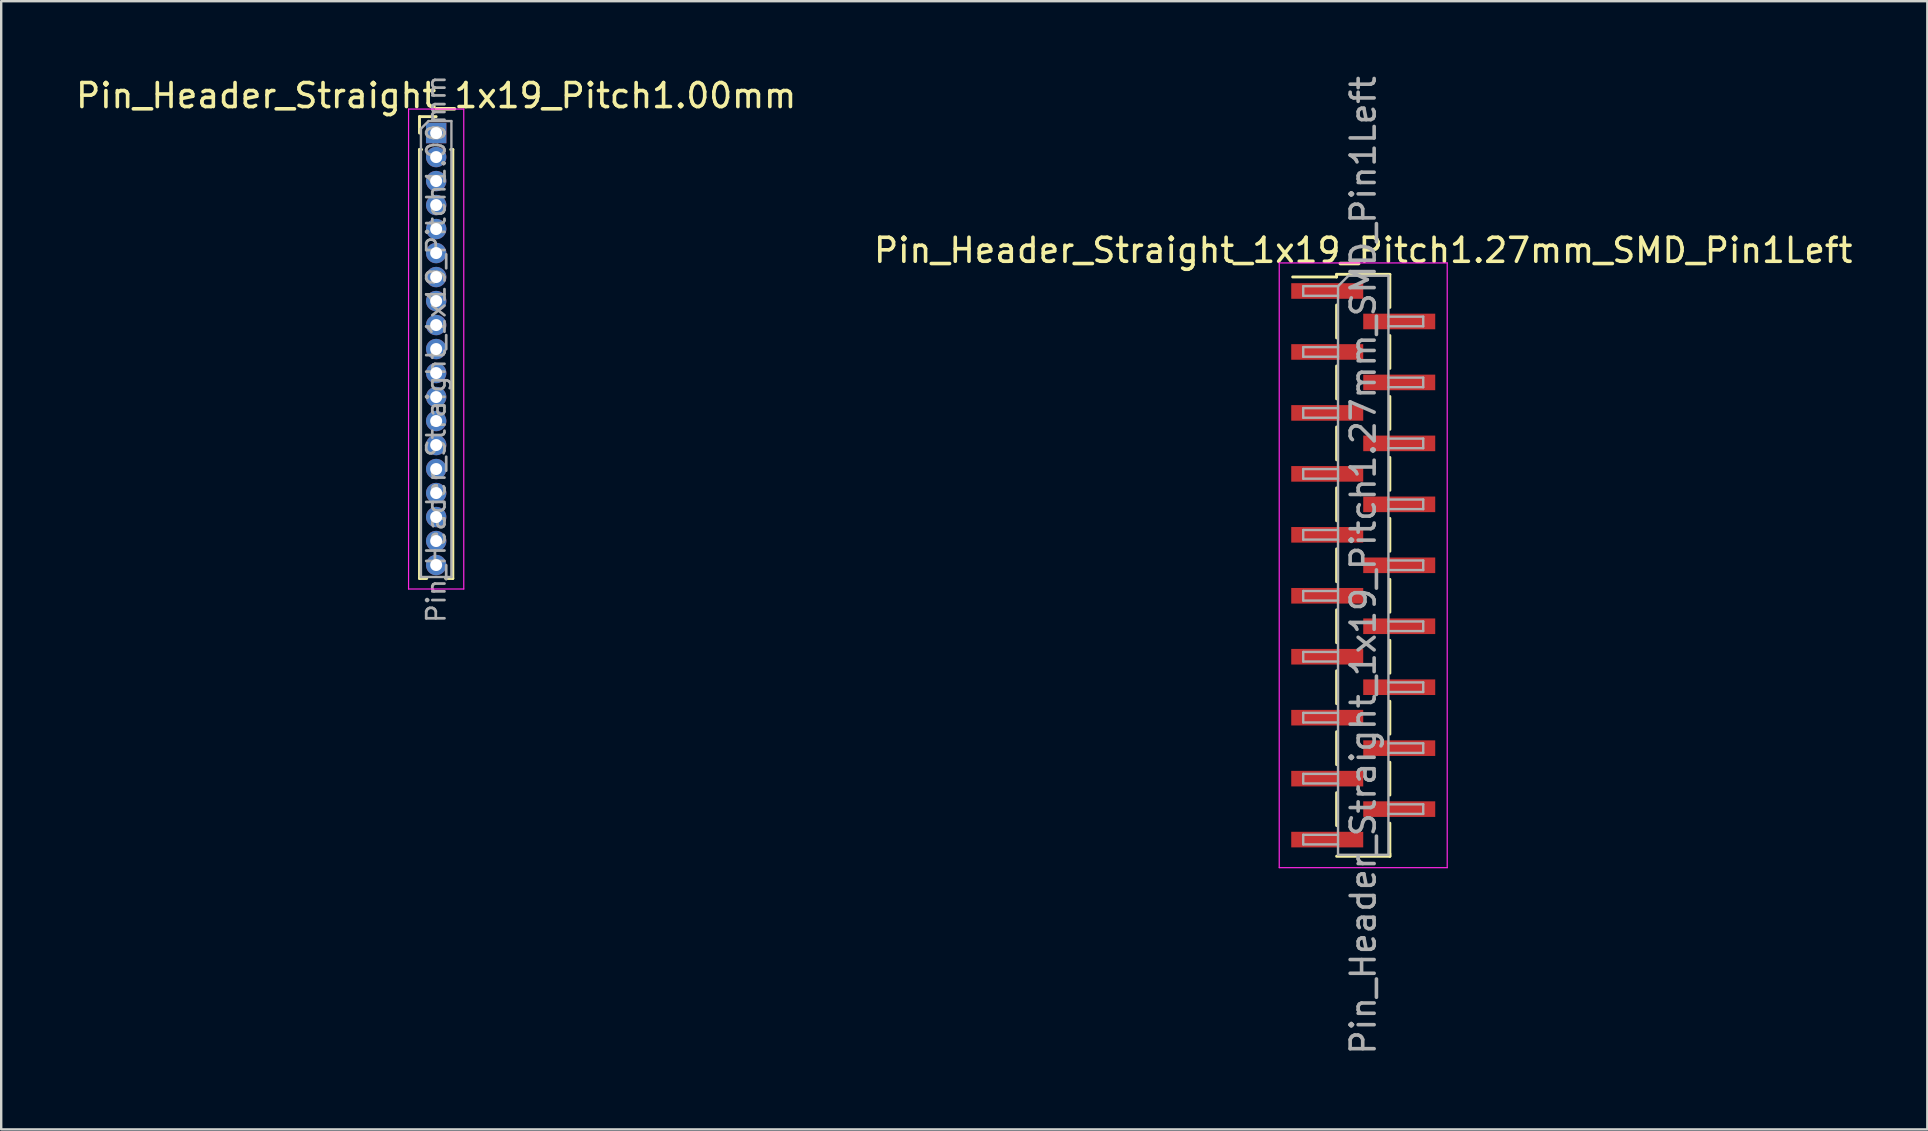
<source format=kicad_pcb>
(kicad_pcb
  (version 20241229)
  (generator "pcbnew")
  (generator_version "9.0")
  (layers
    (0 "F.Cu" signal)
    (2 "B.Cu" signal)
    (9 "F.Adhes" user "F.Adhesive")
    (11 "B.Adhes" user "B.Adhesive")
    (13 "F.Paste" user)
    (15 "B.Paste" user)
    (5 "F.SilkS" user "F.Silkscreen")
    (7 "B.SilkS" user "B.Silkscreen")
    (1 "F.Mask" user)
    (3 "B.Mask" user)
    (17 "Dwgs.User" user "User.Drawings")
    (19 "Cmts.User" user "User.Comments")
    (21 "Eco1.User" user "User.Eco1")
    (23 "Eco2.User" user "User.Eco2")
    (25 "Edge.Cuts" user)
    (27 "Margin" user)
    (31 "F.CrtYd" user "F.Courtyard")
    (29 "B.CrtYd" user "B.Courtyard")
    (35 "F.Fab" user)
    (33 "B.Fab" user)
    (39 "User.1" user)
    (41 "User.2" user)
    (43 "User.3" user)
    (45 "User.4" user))
  (footprint "Pin_Header_Straight_1x19_Pitch1.00mm"
    (layer "F.Cu")
    (at 15.125 2.495)
    (property "Reference" "Pin_Header_Straight_1x19_Pitch1.00mm" (at 0 -1.56 0) (layer "F.SilkS") (effects (font (size 1 1) (thickness 0.15))))
    (attr through_hole)
    (fp_line (start -0.695 -0.685) (end 0 -0.685) (stroke (width 0.12) (type solid)) (layer "F.SilkS"))
    (fp_line (start -0.695 0) (end -0.695 -0.685) (stroke (width 0.12) (type solid)) (layer "F.SilkS"))
    (fp_line (start -0.695 0.685) (end -0.695 18.56) (stroke (width 0.12) (type solid)) (layer "F.SilkS"))
    (fp_line (start -0.695 0.685) (end -0.608 0.685) (stroke (width 0.12) (type solid)) (layer "F.SilkS"))
    (fp_line (start -0.695 18.56) (end -0.394 18.56) (stroke (width 0.12) (type solid)) (layer "F.SilkS"))
    (fp_line (start 0.394 18.56) (end 0.695 18.56) (stroke (width 0.12) (type solid)) (layer "F.SilkS"))
    (fp_line (start 0.608 0.685) (end 0.695 0.685) (stroke (width 0.12) (type solid)) (layer "F.SilkS"))
    (fp_line (start 0.695 0.685) (end 0.695 18.56) (stroke (width 0.12) (type solid)) (layer "F.SilkS"))
    (fp_line (start -1.15 -1) (end -1.15 19) (stroke (width 0.05) (type solid)) (layer "F.CrtYd"))
    (fp_line (start -1.15 19) (end 1.15 19) (stroke (width 0.05) (type solid)) (layer "F.CrtYd"))
    (fp_line (start 1.15 -1) (end -1.15 -1) (stroke (width 0.05) (type solid)) (layer "F.CrtYd"))
    (fp_line (start 1.15 19) (end 1.15 -1) (stroke (width 0.05) (type solid)) (layer "F.CrtYd"))
    (fp_line (start -0.635 -0.182) (end -0.318 -0.5) (stroke (width 0.1) (type solid)) (layer "F.Fab"))
    (fp_line (start -0.635 18.5) (end -0.635 -0.182) (stroke (width 0.1) (type solid)) (layer "F.Fab"))
    (fp_line (start -0.318 -0.5) (end 0.635 -0.5) (stroke (width 0.1) (type solid)) (layer "F.Fab"))
    (fp_line (start 0.635 -0.5) (end 0.635 18.5) (stroke (width 0.1) (type solid)) (layer "F.Fab"))
    (fp_line (start 0.635 18.5) (end -0.635 18.5) (stroke (width 0.1) (type solid)) (layer "F.Fab"))
    (fp_text user "${REFERENCE}" (at 0 9 90) (layer "F.Fab") (effects (font (size 0.76 0.76) (thickness 0.114))))
    (pad "1" thru_hole rect (at 0 0) (size 0.85 0.85) (drill 0.5) (layers "*.Cu" "*.Mask"))
    (pad "2" thru_hole oval (at 0 1) (size 0.85 0.85) (drill 0.5) (layers "*.Cu" "*.Mask"))
    (pad "3" thru_hole oval (at 0 2) (size 0.85 0.85) (drill 0.5) (layers "*.Cu" "*.Mask"))
    (pad "4" thru_hole oval (at 0 3) (size 0.85 0.85) (drill 0.5) (layers "*.Cu" "*.Mask"))
    (pad "5" thru_hole oval (at 0 4) (size 0.85 0.85) (drill 0.5) (layers "*.Cu" "*.Mask"))
    (pad "6" thru_hole oval (at 0 5) (size 0.85 0.85) (drill 0.5) (layers "*.Cu" "*.Mask"))
    (pad "7" thru_hole oval (at 0 6) (size 0.85 0.85) (drill 0.5) (layers "*.Cu" "*.Mask"))
    (pad "8" thru_hole oval (at 0 7) (size 0.85 0.85) (drill 0.5) (layers "*.Cu" "*.Mask"))
    (pad "9" thru_hole oval (at 0 8) (size 0.85 0.85) (drill 0.5) (layers "*.Cu" "*.Mask"))
    (pad "10" thru_hole oval (at 0 9) (size 0.85 0.85) (drill 0.5) (layers "*.Cu" "*.Mask"))
    (pad "11" thru_hole oval (at 0 10) (size 0.85 0.85) (drill 0.5) (layers "*.Cu" "*.Mask"))
    (pad "12" thru_hole oval (at 0 11) (size 0.85 0.85) (drill 0.5) (layers "*.Cu" "*.Mask"))
    (pad "13" thru_hole oval (at 0 12) (size 0.85 0.85) (drill 0.5) (layers "*.Cu" "*.Mask"))
    (pad "14" thru_hole oval (at 0 13) (size 0.85 0.85) (drill 0.5) (layers "*.Cu" "*.Mask"))
    (pad "15" thru_hole oval (at 0 14) (size 0.85 0.85) (drill 0.5) (layers "*.Cu" "*.Mask"))
    (pad "16" thru_hole oval (at 0 15) (size 0.85 0.85) (drill 0.5) (layers "*.Cu" "*.Mask"))
    (pad "17" thru_hole oval (at 0 16) (size 0.85 0.85) (drill 0.5) (layers "*.Cu" "*.Mask"))
    (pad "18" thru_hole oval (at 0 17) (size 0.85 0.85) (drill 0.5) (layers "*.Cu" "*.Mask"))
    (pad "19" thru_hole oval (at 0 18) (size 0.85 0.85) (drill 0.5) (layers "*.Cu" "*.Mask")))
  (footprint "Pin_Header_Straight_1x19_Pitch1.27mm_SMD_Pin1Left"
    (layer "F.Cu")
    (at 53.756 20.506)
    (property "Reference" "Pin_Header_Straight_1x19_Pitch1.27mm_SMD_Pin1Left" (at 0 -13.125 0) (layer "F.SilkS") (effects (font (size 1 1) (thickness 0.15))))
    (attr smd)
    (fp_line (start -1.11 -12.125) (end -1.11 -12.015) (stroke (width 0.12) (type solid)) (layer "F.SilkS"))
    (fp_line (start -1.11 -12.125) (end 1.11 -12.125) (stroke (width 0.12) (type solid)) (layer "F.SilkS"))
    (fp_line (start -1.11 -12.015) (end -2.94 -12.015) (stroke (width 0.12) (type solid)) (layer "F.SilkS"))
    (fp_line (start -1.11 -10.845) (end -1.11 -9.475) (stroke (width 0.12) (type solid)) (layer "F.SilkS"))
    (fp_line (start -1.11 -8.305) (end -1.11 -6.935) (stroke (width 0.12) (type solid)) (layer "F.SilkS"))
    (fp_line (start -1.11 -5.765) (end -1.11 -4.395) (stroke (width 0.12) (type solid)) (layer "F.SilkS"))
    (fp_line (start -1.11 -3.225) (end -1.11 -1.855) (stroke (width 0.12) (type solid)) (layer "F.SilkS"))
    (fp_line (start -1.11 -0.685) (end -1.11 0.685) (stroke (width 0.12) (type solid)) (layer "F.SilkS"))
    (fp_line (start -1.11 1.855) (end -1.11 3.225) (stroke (width 0.12) (type solid)) (layer "F.SilkS"))
    (fp_line (start -1.11 4.395) (end -1.11 5.765) (stroke (width 0.12) (type solid)) (layer "F.SilkS"))
    (fp_line (start -1.11 6.935) (end -1.11 8.305) (stroke (width 0.12) (type solid)) (layer "F.SilkS"))
    (fp_line (start -1.11 9.475) (end -1.11 10.845) (stroke (width 0.12) (type solid)) (layer "F.SilkS"))
    (fp_line (start -1.11 12.125) (end 1.11 12.125) (stroke (width 0.12) (type solid)) (layer "F.SilkS"))
    (fp_line (start 1.11 -12.115) (end 1.11 -10.745) (stroke (width 0.12) (type solid)) (layer "F.SilkS"))
    (fp_line (start 1.11 -9.575) (end 1.11 -8.205) (stroke (width 0.12) (type solid)) (layer "F.SilkS"))
    (fp_line (start 1.11 -7.035) (end 1.11 -5.665) (stroke (width 0.12) (type solid)) (layer "F.SilkS"))
    (fp_line (start 1.11 -4.495) (end 1.11 -3.125) (stroke (width 0.12) (type solid)) (layer "F.SilkS"))
    (fp_line (start 1.11 -1.955) (end 1.11 -0.585) (stroke (width 0.12) (type solid)) (layer "F.SilkS"))
    (fp_line (start 1.11 0.585) (end 1.11 1.955) (stroke (width 0.12) (type solid)) (layer "F.SilkS"))
    (fp_line (start 1.11 3.125) (end 1.11 4.495) (stroke (width 0.12) (type solid)) (layer "F.SilkS"))
    (fp_line (start 1.11 5.665) (end 1.11 7.035) (stroke (width 0.12) (type solid)) (layer "F.SilkS"))
    (fp_line (start 1.11 8.205) (end 1.11 9.575) (stroke (width 0.12) (type solid)) (layer "F.SilkS"))
    (fp_line (start 1.11 10.745) (end 1.11 12.115) (stroke (width 0.12) (type solid)) (layer "F.SilkS"))
    (fp_line (start 1.11 12.015) (end 1.11 12.125) (stroke (width 0.12) (type solid)) (layer "F.SilkS"))
    (fp_line (start -3.5 -12.6) (end -3.5 12.6) (stroke (width 0.05) (type solid)) (layer "F.CrtYd"))
    (fp_line (start -3.5 12.6) (end 3.5 12.6) (stroke (width 0.05) (type solid)) (layer "F.CrtYd"))
    (fp_line (start 3.5 -12.6) (end -3.5 -12.6) (stroke (width 0.05) (type solid)) (layer "F.CrtYd"))
    (fp_line (start 3.5 12.6) (end 3.5 -12.6) (stroke (width 0.05) (type solid)) (layer "F.CrtYd"))
    (fp_line (start -2.5 -11.63) (end -2.5 -11.23) (stroke (width 0.1) (type solid)) (layer "F.Fab"))
    (fp_line (start -2.5 -11.23) (end -1.05 -11.23) (stroke (width 0.1) (type solid)) (layer "F.Fab"))
    (fp_line (start -2.5 -9.09) (end -2.5 -8.69) (stroke (width 0.1) (type solid)) (layer "F.Fab"))
    (fp_line (start -2.5 -8.69) (end -1.05 -8.69) (stroke (width 0.1) (type solid)) (layer "F.Fab"))
    (fp_line (start -2.5 -6.55) (end -2.5 -6.15) (stroke (width 0.1) (type solid)) (layer "F.Fab"))
    (fp_line (start -2.5 -6.15) (end -1.05 -6.15) (stroke (width 0.1) (type solid)) (layer "F.Fab"))
    (fp_line (start -2.5 -4.01) (end -2.5 -3.61) (stroke (width 0.1) (type solid)) (layer "F.Fab"))
    (fp_line (start -2.5 -3.61) (end -1.05 -3.61) (stroke (width 0.1) (type solid)) (layer "F.Fab"))
    (fp_line (start -2.5 -1.47) (end -2.5 -1.07) (stroke (width 0.1) (type solid)) (layer "F.Fab"))
    (fp_line (start -2.5 -1.07) (end -1.05 -1.07) (stroke (width 0.1) (type solid)) (layer "F.Fab"))
    (fp_line (start -2.5 1.07) (end -2.5 1.47) (stroke (width 0.1) (type solid)) (layer "F.Fab"))
    (fp_line (start -2.5 1.47) (end -1.05 1.47) (stroke (width 0.1) (type solid)) (layer "F.Fab"))
    (fp_line (start -2.5 3.61) (end -2.5 4.01) (stroke (width 0.1) (type solid)) (layer "F.Fab"))
    (fp_line (start -2.5 4.01) (end -1.05 4.01) (stroke (width 0.1) (type solid)) (layer "F.Fab"))
    (fp_line (start -2.5 6.15) (end -2.5 6.55) (stroke (width 0.1) (type solid)) (layer "F.Fab"))
    (fp_line (start -2.5 6.55) (end -1.05 6.55) (stroke (width 0.1) (type solid)) (layer "F.Fab"))
    (fp_line (start -2.5 8.69) (end -2.5 9.09) (stroke (width 0.1) (type solid)) (layer "F.Fab"))
    (fp_line (start -2.5 9.09) (end -1.05 9.09) (stroke (width 0.1) (type solid)) (layer "F.Fab"))
    (fp_line (start -2.5 11.23) (end -2.5 11.63) (stroke (width 0.1) (type solid)) (layer "F.Fab"))
    (fp_line (start -2.5 11.63) (end -1.05 11.63) (stroke (width 0.1) (type solid)) (layer "F.Fab"))
    (fp_line (start -1.05 -11.63) (end -2.5 -11.63) (stroke (width 0.1) (type solid)) (layer "F.Fab"))
    (fp_line (start -1.05 -11.63) (end -0.615 -12.065) (stroke (width 0.1) (type solid)) (layer "F.Fab"))
    (fp_line (start -1.05 -9.09) (end -2.5 -9.09) (stroke (width 0.1) (type solid)) (layer "F.Fab"))
    (fp_line (start -1.05 -6.55) (end -2.5 -6.55) (stroke (width 0.1) (type solid)) (layer "F.Fab"))
    (fp_line (start -1.05 -4.01) (end -2.5 -4.01) (stroke (width 0.1) (type solid)) (layer "F.Fab"))
    (fp_line (start -1.05 -1.47) (end -2.5 -1.47) (stroke (width 0.1) (type solid)) (layer "F.Fab"))
    (fp_line (start -1.05 1.07) (end -2.5 1.07) (stroke (width 0.1) (type solid)) (layer "F.Fab"))
    (fp_line (start -1.05 3.61) (end -2.5 3.61) (stroke (width 0.1) (type solid)) (layer "F.Fab"))
    (fp_line (start -1.05 6.15) (end -2.5 6.15) (stroke (width 0.1) (type solid)) (layer "F.Fab"))
    (fp_line (start -1.05 8.69) (end -2.5 8.69) (stroke (width 0.1) (type solid)) (layer "F.Fab"))
    (fp_line (start -1.05 11.23) (end -2.5 11.23) (stroke (width 0.1) (type solid)) (layer "F.Fab"))
    (fp_line (start -1.05 12.065) (end -1.05 -11.63) (stroke (width 0.1) (type solid)) (layer "F.Fab"))
    (fp_line (start -0.615 -12.065) (end 1.05 -12.065) (stroke (width 0.1) (type solid)) (layer "F.Fab"))
    (fp_line (start 1.05 -12.065) (end 1.05 12.065) (stroke (width 0.1) (type solid)) (layer "F.Fab"))
    (fp_line (start 1.05 -10.36) (end 2.5 -10.36) (stroke (width 0.1) (type solid)) (layer "F.Fab"))
    (fp_line (start 1.05 -7.82) (end 2.5 -7.82) (stroke (width 0.1) (type solid)) (layer "F.Fab"))
    (fp_line (start 1.05 -5.28) (end 2.5 -5.28) (stroke (width 0.1) (type solid)) (layer "F.Fab"))
    (fp_line (start 1.05 -2.74) (end 2.5 -2.74) (stroke (width 0.1) (type solid)) (layer "F.Fab"))
    (fp_line (start 1.05 -0.2) (end 2.5 -0.2) (stroke (width 0.1) (type solid)) (layer "F.Fab"))
    (fp_line (start 1.05 2.34) (end 2.5 2.34) (stroke (width 0.1) (type solid)) (layer "F.Fab"))
    (fp_line (start 1.05 4.88) (end 2.5 4.88) (stroke (width 0.1) (type solid)) (layer "F.Fab"))
    (fp_line (start 1.05 7.42) (end 2.5 7.42) (stroke (width 0.1) (type solid)) (layer "F.Fab"))
    (fp_line (start 1.05 9.96) (end 2.5 9.96) (stroke (width 0.1) (type solid)) (layer "F.Fab"))
    (fp_line (start 1.05 12.065) (end -1.05 12.065) (stroke (width 0.1) (type solid)) (layer "F.Fab"))
    (fp_line (start 2.5 -10.36) (end 2.5 -9.96) (stroke (width 0.1) (type solid)) (layer "F.Fab"))
    (fp_line (start 2.5 -9.96) (end 1.05 -9.96) (stroke (width 0.1) (type solid)) (layer "F.Fab"))
    (fp_line (start 2.5 -7.82) (end 2.5 -7.42) (stroke (width 0.1) (type solid)) (layer "F.Fab"))
    (fp_line (start 2.5 -7.42) (end 1.05 -7.42) (stroke (width 0.1) (type solid)) (layer "F.Fab"))
    (fp_line (start 2.5 -5.28) (end 2.5 -4.88) (stroke (width 0.1) (type solid)) (layer "F.Fab"))
    (fp_line (start 2.5 -4.88) (end 1.05 -4.88) (stroke (width 0.1) (type solid)) (layer "F.Fab"))
    (fp_line (start 2.5 -2.74) (end 2.5 -2.34) (stroke (width 0.1) (type solid)) (layer "F.Fab"))
    (fp_line (start 2.5 -2.34) (end 1.05 -2.34) (stroke (width 0.1) (type solid)) (layer "F.Fab"))
    (fp_line (start 2.5 -0.2) (end 2.5 0.2) (stroke (width 0.1) (type solid)) (layer "F.Fab"))
    (fp_line (start 2.5 0.2) (end 1.05 0.2) (stroke (width 0.1) (type solid)) (layer "F.Fab"))
    (fp_line (start 2.5 2.34) (end 2.5 2.74) (stroke (width 0.1) (type solid)) (layer "F.Fab"))
    (fp_line (start 2.5 2.74) (end 1.05 2.74) (stroke (width 0.1) (type solid)) (layer "F.Fab"))
    (fp_line (start 2.5 4.88) (end 2.5 5.28) (stroke (width 0.1) (type solid)) (layer "F.Fab"))
    (fp_line (start 2.5 5.28) (end 1.05 5.28) (stroke (width 0.1) (type solid)) (layer "F.Fab"))
    (fp_line (start 2.5 7.42) (end 2.5 7.82) (stroke (width 0.1) (type solid)) (layer "F.Fab"))
    (fp_line (start 2.5 7.82) (end 1.05 7.82) (stroke (width 0.1) (type solid)) (layer "F.Fab"))
    (fp_line (start 2.5 9.96) (end 2.5 10.36) (stroke (width 0.1) (type solid)) (layer "F.Fab"))
    (fp_line (start 2.5 10.36) (end 1.05 10.36) (stroke (width 0.1) (type solid)) (layer "F.Fab"))
    (fp_text user "${REFERENCE}" (at 0 0 90) (layer "F.Fab") (effects (font (size 1 1) (thickness 0.15))))
    (pad "1" smd rect (at -1.5 -11.43) (size 3 0.65) (layers "F.Cu" "F.Mask" "F.Paste"))
    (pad "2" smd rect (at 1.5 -10.16) (size 3 0.65) (layers "F.Cu" "F.Mask" "F.Paste"))
    (pad "3" smd rect (at -1.5 -8.89) (size 3 0.65) (layers "F.Cu" "F.Mask" "F.Paste"))
    (pad "4" smd rect (at 1.5 -7.62) (size 3 0.65) (layers "F.Cu" "F.Mask" "F.Paste"))
    (pad "5" smd rect (at -1.5 -6.35) (size 3 0.65) (layers "F.Cu" "F.Mask" "F.Paste"))
    (pad "6" smd rect (at 1.5 -5.08) (size 3 0.65) (layers "F.Cu" "F.Mask" "F.Paste"))
    (pad "7" smd rect (at -1.5 -3.81) (size 3 0.65) (layers "F.Cu" "F.Mask" "F.Paste"))
    (pad "8" smd rect (at 1.5 -2.54) (size 3 0.65) (layers "F.Cu" "F.Mask" "F.Paste"))
    (pad "9" smd rect (at -1.5 -1.27) (size 3 0.65) (layers "F.Cu" "F.Mask" "F.Paste"))
    (pad "10" smd rect (at 1.5 0) (size 3 0.65) (layers "F.Cu" "F.Mask" "F.Paste"))
    (pad "11" smd rect (at -1.5 1.27) (size 3 0.65) (layers "F.Cu" "F.Mask" "F.Paste"))
    (pad "12" smd rect (at 1.5 2.54) (size 3 0.65) (layers "F.Cu" "F.Mask" "F.Paste"))
    (pad "13" smd rect (at -1.5 3.81) (size 3 0.65) (layers "F.Cu" "F.Mask" "F.Paste"))
    (pad "14" smd rect (at 1.5 5.08) (size 3 0.65) (layers "F.Cu" "F.Mask" "F.Paste"))
    (pad "15" smd rect (at -1.5 6.35) (size 3 0.65) (layers "F.Cu" "F.Mask" "F.Paste"))
    (pad "16" smd rect (at 1.5 7.62) (size 3 0.65) (layers "F.Cu" "F.Mask" "F.Paste"))
    (pad "17" smd rect (at -1.5 8.89) (size 3 0.65) (layers "F.Cu" "F.Mask" "F.Paste"))
    (pad "18" smd rect (at 1.5 10.16) (size 3 0.65) (layers "F.Cu" "F.Mask" "F.Paste"))
    (pad "19" smd rect (at -1.5 11.43) (size 3 0.65) (layers "F.Cu" "F.Mask" "F.Paste")))
  (gr_rect
    (start -3 -3)
    (end 77.262 44.012)
    (stroke (width 0.1) (type default))
    (fill no)
    (layer "Edge.Cuts")))
</source>
